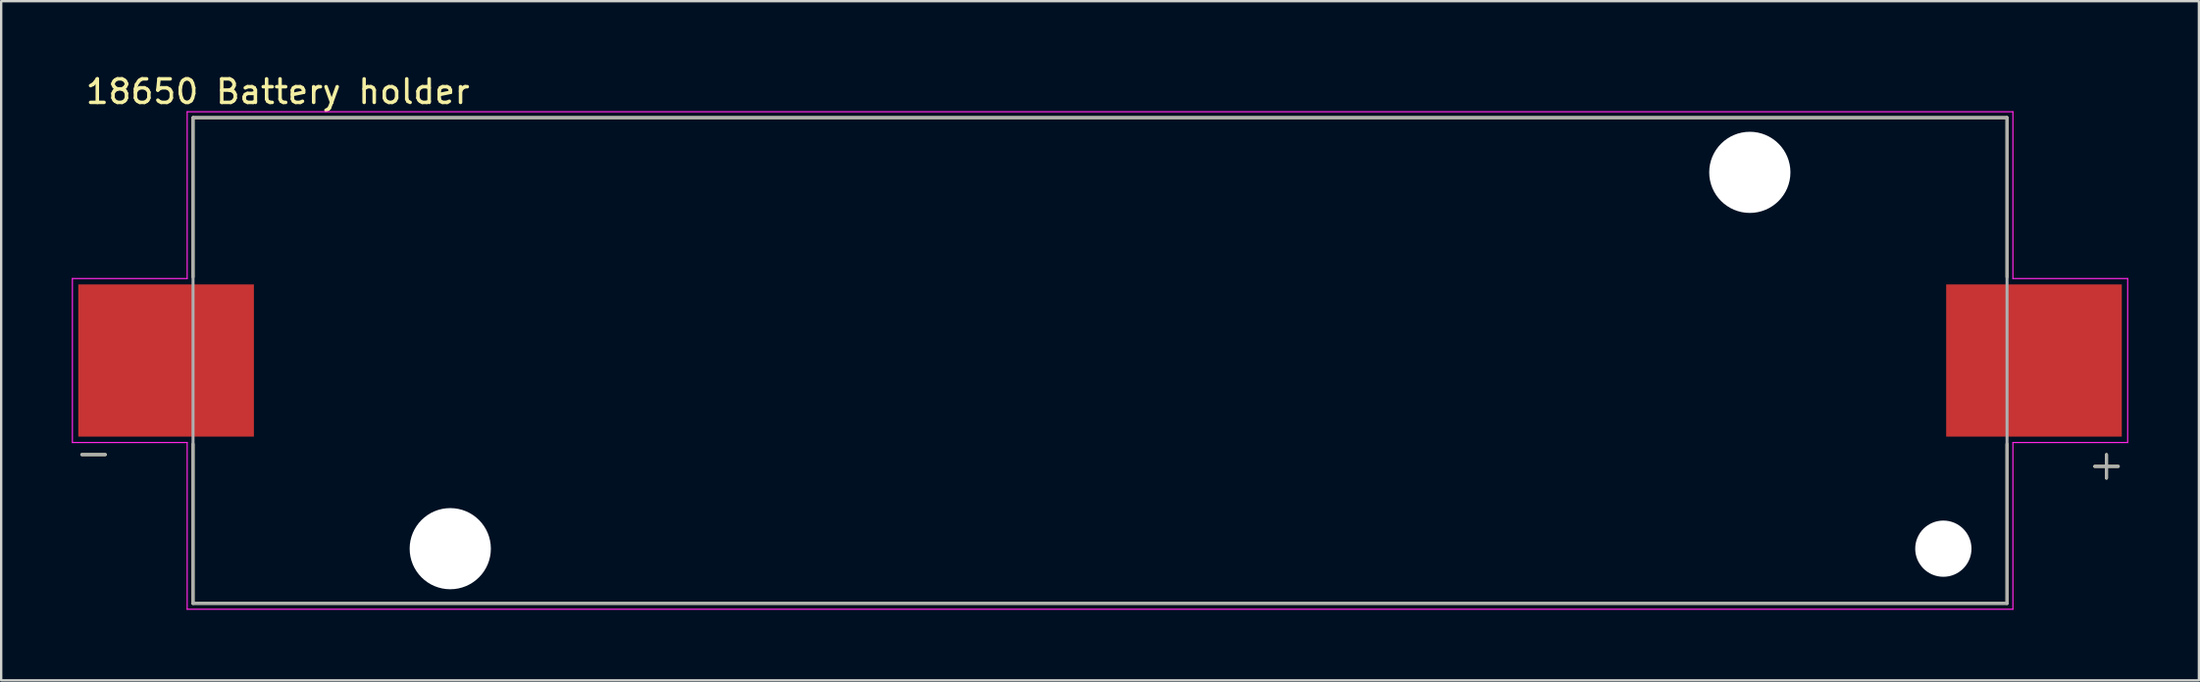
<source format=kicad_pcb>
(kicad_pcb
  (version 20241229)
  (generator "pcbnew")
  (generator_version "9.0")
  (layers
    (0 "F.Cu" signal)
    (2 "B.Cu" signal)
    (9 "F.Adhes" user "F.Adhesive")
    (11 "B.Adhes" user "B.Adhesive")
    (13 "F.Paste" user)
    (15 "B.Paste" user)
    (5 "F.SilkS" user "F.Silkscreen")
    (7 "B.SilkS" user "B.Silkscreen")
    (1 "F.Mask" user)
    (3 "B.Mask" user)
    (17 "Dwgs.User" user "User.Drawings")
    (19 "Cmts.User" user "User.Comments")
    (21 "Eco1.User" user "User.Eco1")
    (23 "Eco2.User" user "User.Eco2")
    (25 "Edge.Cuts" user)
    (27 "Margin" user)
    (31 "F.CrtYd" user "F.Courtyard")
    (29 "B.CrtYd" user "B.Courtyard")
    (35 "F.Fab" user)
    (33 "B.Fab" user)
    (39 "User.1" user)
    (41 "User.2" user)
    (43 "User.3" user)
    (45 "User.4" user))
  (footprint "18650 Battery holder"
    (layer "F.Cu")
    (at 43.675 12.278)
    (property "Reference" "18650 Battery holder" (at -34.925 -11.43 0) (layer "F.SilkS") (effects (font (size 1 1) (thickness 0.15))))
    (attr smd)
    (fp_line (start -43.25 4) (end -42.25 4) (stroke (width 0.127) (type solid)) (layer "F.SilkS"))
    (fp_line (start -38.525 -10.325) (end 38.525 -10.325) (stroke (width 0.127) (type solid)) (layer "F.SilkS"))
    (fp_line (start -38.525 -3.55) (end -38.525 -10.325) (stroke (width 0.127) (type solid)) (layer "F.SilkS"))
    (fp_line (start -38.525 10.325) (end -38.525 3.55) (stroke (width 0.127) (type solid)) (layer "F.SilkS"))
    (fp_line (start 38.525 -10.325) (end 38.525 -3.55) (stroke (width 0.127) (type solid)) (layer "F.SilkS"))
    (fp_line (start 38.525 3.55) (end 38.525 10.325) (stroke (width 0.127) (type solid)) (layer "F.SilkS"))
    (fp_line (start 38.525 10.325) (end -38.525 10.325) (stroke (width 0.127) (type solid)) (layer "F.SilkS"))
    (fp_line (start 42.25 4.5) (end 43.25 4.5) (stroke (width 0.127) (type solid)) (layer "F.SilkS"))
    (fp_line (start 42.75 4) (end 42.75 5) (stroke (width 0.127) (type solid)) (layer "F.SilkS"))
    (fp_line (start -43.65 -3.485) (end -38.775 -3.485) (stroke (width 0.05) (type solid)) (layer "F.CrtYd"))
    (fp_line (start -43.65 3.485) (end -43.65 -3.485) (stroke (width 0.05) (type solid)) (layer "F.CrtYd"))
    (fp_line (start -38.775 -10.575) (end 38.775 -10.575) (stroke (width 0.05) (type solid)) (layer "F.CrtYd"))
    (fp_line (start -38.775 -3.485) (end -38.775 -10.575) (stroke (width 0.05) (type solid)) (layer "F.CrtYd"))
    (fp_line (start -38.775 3.485) (end -43.65 3.485) (stroke (width 0.05) (type solid)) (layer "F.CrtYd"))
    (fp_line (start -38.775 10.575) (end -38.775 3.485) (stroke (width 0.05) (type solid)) (layer "F.CrtYd"))
    (fp_line (start 38.775 -10.575) (end 38.775 -3.485) (stroke (width 0.05) (type solid)) (layer "F.CrtYd"))
    (fp_line (start 38.775 -3.485) (end 43.65 -3.485) (stroke (width 0.05) (type solid)) (layer "F.CrtYd"))
    (fp_line (start 38.775 3.485) (end 38.775 10.575) (stroke (width 0.05) (type solid)) (layer "F.CrtYd"))
    (fp_line (start 38.775 10.575) (end -38.775 10.575) (stroke (width 0.05) (type solid)) (layer "F.CrtYd"))
    (fp_line (start 43.65 -3.485) (end 43.65 3.485) (stroke (width 0.05) (type solid)) (layer "F.CrtYd"))
    (fp_line (start 43.65 3.485) (end 38.775 3.485) (stroke (width 0.05) (type solid)) (layer "F.CrtYd"))
    (fp_line (start -43.25 4) (end -42.25 4) (stroke (width 0.127) (type solid)) (layer "F.Fab"))
    (fp_line (start -38.525 -10.325) (end 38.525 -10.325) (stroke (width 0.127) (type solid)) (layer "F.Fab"))
    (fp_line (start -38.525 10.325) (end -38.525 -10.325) (stroke (width 0.127) (type solid)) (layer "F.Fab"))
    (fp_line (start 38.525 -10.325) (end 38.525 10.325) (stroke (width 0.127) (type solid)) (layer "F.Fab"))
    (fp_line (start 38.525 10.325) (end -38.525 10.325) (stroke (width 0.127) (type solid)) (layer "F.Fab"))
    (fp_line (start 42.25 4.5) (end 43.25 4.5) (stroke (width 0.127) (type solid)) (layer "F.Fab"))
    (fp_line (start 42.75 4) (end 42.75 5) (stroke (width 0.127) (type solid)) (layer "F.Fab"))
    (pad "" np_thru_hole circle (at -27.6 8) (size 3.45 3.45) (drill 3.45) (layers "*.Cu" "*.Mask"))
    (pad "" np_thru_hole circle (at 27.6 -8) (size 3.45 3.45) (drill 3.45) (layers "*.Cu" "*.Mask"))
    (pad "" np_thru_hole circle (at 35.82 8) (size 2.39 2.39) (drill 2.39) (layers "*.Cu" "*.Mask"))
    (pad "N" smd rect (at -39.67 0) (size 7.46 6.47) (layers "F.Cu" "F.Mask" "F.Paste"))
    (pad "P" smd rect (at 39.67 0) (size 7.46 6.47) (layers "F.Cu" "F.Mask" "F.Paste")))
  (gr_rect
    (start -3 -3)
    (end 90.35 25.878)
    (stroke (width 0.1) (type default))
    (fill no)
    (layer "Edge.Cuts")))
</source>
